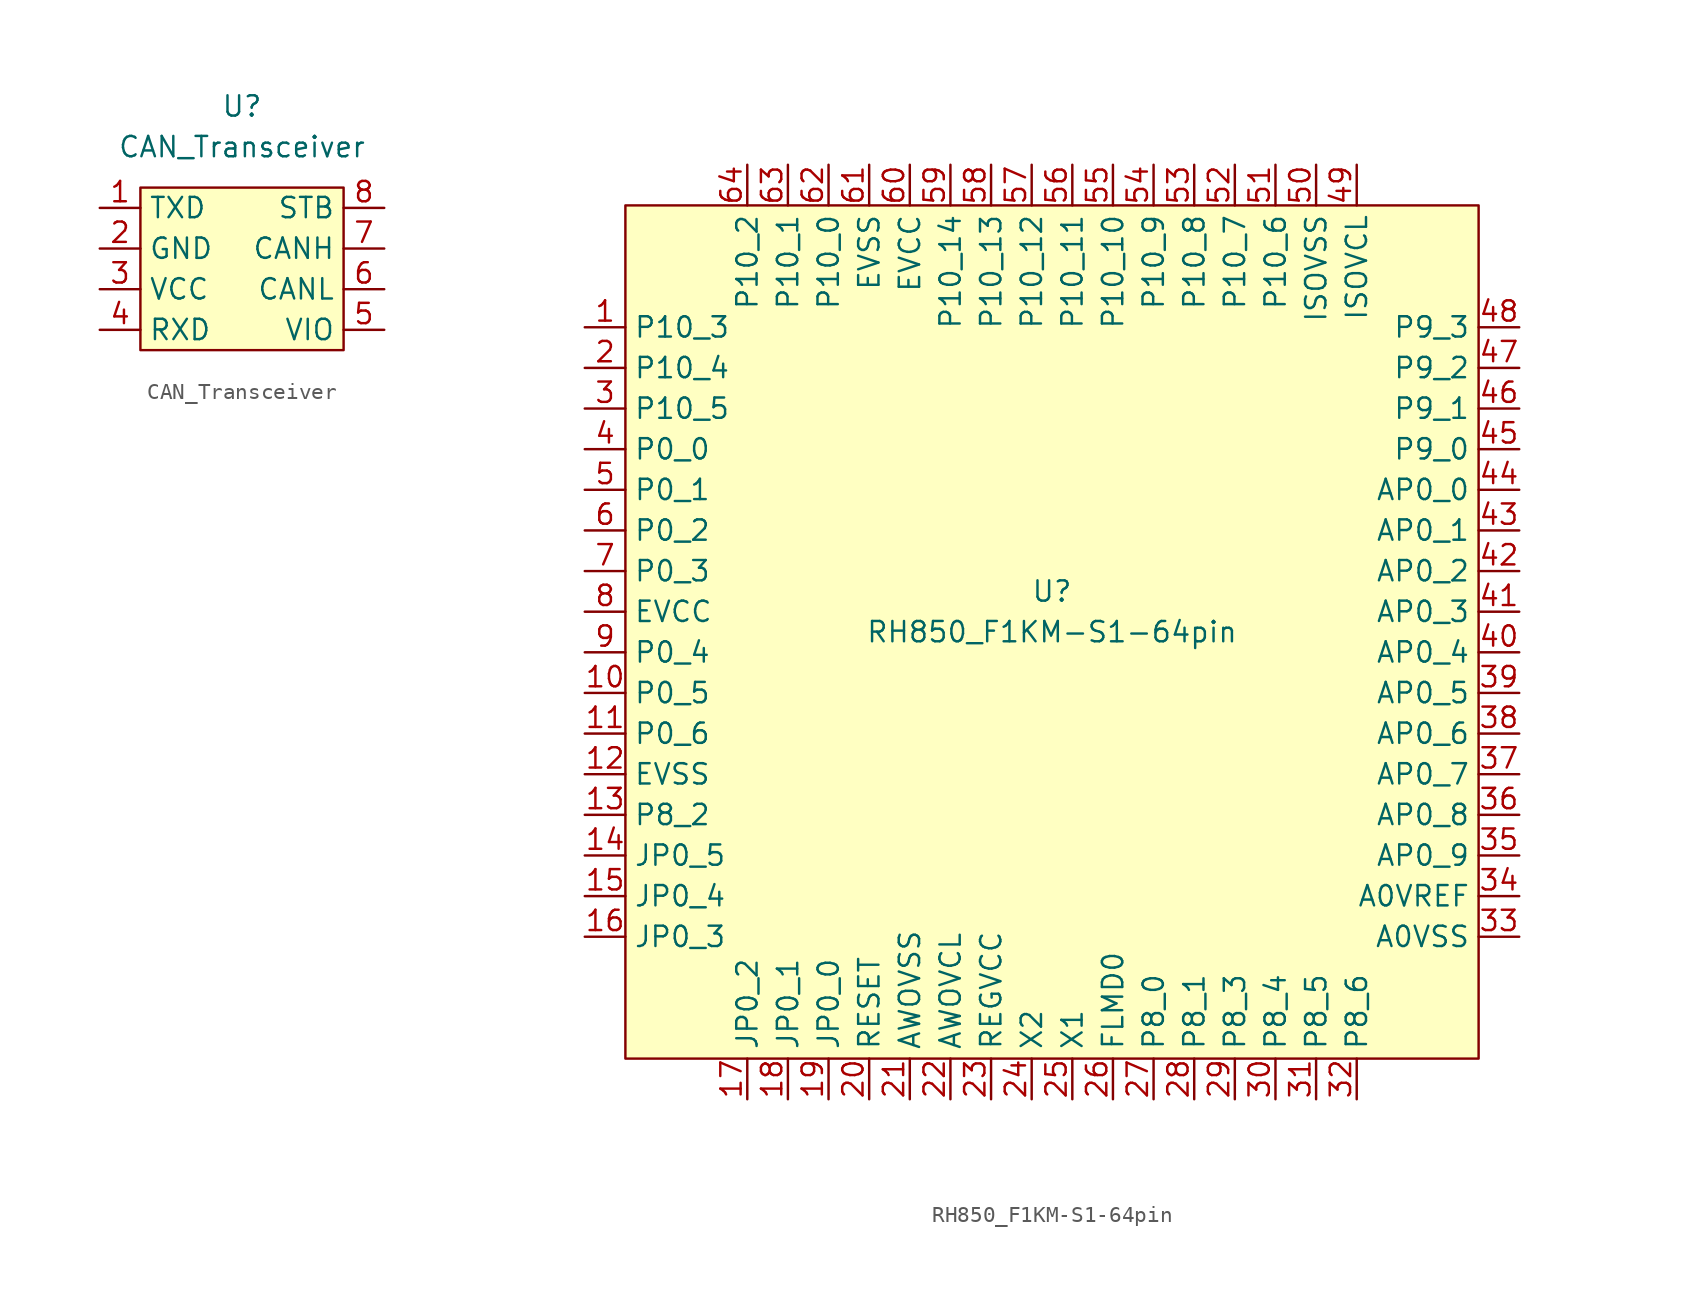
<source format=kicad_sym>
(kicad_symbol_lib
  (version 20220914)
  (generator kicad_symbol_editor)
  (symbol "CAN_Transceiver"
    (property "Reference" "U"
      (at 0 10.16 0)
      (effects (font (size 1.27 1.27))))
    (property "Value" "CAN_Transceiver"
      (at 0 7.62 0)
      (effects (font (size 1.27 1.27))))
    (symbol "CAN_Transceiver_0_0"
      (pin passive line (at -8.89 3.81 0) (length 2.54) (name "TXD" (effects (font (size 1.27 1.27)))) (number "1" (effects (font (size 1.27 1.27)))))
      (pin passive line (at -8.89 1.27 0) (length 2.54) (name "GND" (effects (font (size 1.27 1.27)))) (number "2" (effects (font (size 1.27 1.27)))))
      (pin passive line (at -8.89 -1.27 0) (length 2.54) (name "VCC" (effects (font (size 1.27 1.27)))) (number "3" (effects (font (size 1.27 1.27)))))
      (pin passive line (at -8.89 -3.81 0) (length 2.54) (name "RXD" (effects (font (size 1.27 1.27)))) (number "4" (effects (font (size 1.27 1.27)))))
      (pin passive line (at 8.89 -3.81 180) (length 2.54) (name "VIO" (effects (font (size 1.27 1.27)))) (number "5" (effects (font (size 1.27 1.27)))))
      (pin passive line (at 8.89 -1.27 180) (length 2.54) (name "CANL" (effects (font (size 1.27 1.27)))) (number "6" (effects (font (size 1.27 1.27)))))
      (pin passive line (at 8.89 1.27 180) (length 2.54) (name "CANH" (effects (font (size 1.27 1.27)))) (number "7" (effects (font (size 1.27 1.27)))))
      (pin passive line (at 8.89 3.81 180) (length 2.54) (name "STB" (effects (font (size 1.27 1.27)))) (number "8" (effects (font (size 1.27 1.27))))))
    (symbol "CAN_Transceiver_1_1"
      (rectangle (start -6.35 5.08) (end 6.35 -5.08) (stroke (width 0) (type default)) (fill (type background)))))
  (symbol "RH850_F1KM-S1-64pin"
    (property "Reference" "U"
      (at 0 2.54 0)
      (effects (font (size 1.27 1.27))))
    (property "Value" "RH850_F1KM-S1-64pin"
      (at 0 0 0)
      (effects (font (size 1.27 1.27))))
    (symbol "RH850_F1KM-S1-64pin_0_0"
      (pin passive line (at -29.21 19.05 0) (length 2.54) (name "P10_3" (effects (font (size 1.27 1.27)))) (number "1" (effects (font (size 1.27 1.27)))))
      (pin passive line (at -29.21 -3.81 0) (length 2.54) (name "P0_5" (effects (font (size 1.27 1.27)))) (number "10" (effects (font (size 1.27 1.27)))))
      (pin passive line (at -29.21 -6.35 0) (length 2.54) (name "P0_6" (effects (font (size 1.27 1.27)))) (number "11" (effects (font (size 1.27 1.27)))))
      (pin passive line (at -29.21 -8.89 0) (length 2.54) (name "EVSS" (effects (font (size 1.27 1.27)))) (number "12" (effects (font (size 1.27 1.27)))))
      (pin passive line (at -29.21 -11.43 0) (length 2.54) (name "P8_2" (effects (font (size 1.27 1.27)))) (number "13" (effects (font (size 1.27 1.27)))))
      (pin passive line (at -29.21 -13.97 0) (length 2.54) (name "JP0_5" (effects (font (size 1.27 1.27)))) (number "14" (effects (font (size 1.27 1.27)))))
      (pin passive line (at -29.21 -16.51 0) (length 2.54) (name "JP0_4" (effects (font (size 1.27 1.27)))) (number "15" (effects (font (size 1.27 1.27)))))
      (pin passive line (at -29.21 -19.05 0) (length 2.54) (name "JP0_3" (effects (font (size 1.27 1.27)))) (number "16" (effects (font (size 1.27 1.27)))))
      (pin passive line (at -19.05 -29.21 90) (length 2.54) (name "JP0_2" (effects (font (size 1.27 1.27)))) (number "17" (effects (font (size 1.27 1.27)))))
      (pin passive line (at -16.51 -29.21 90) (length 2.54) (name "JP0_1" (effects (font (size 1.27 1.27)))) (number "18" (effects (font (size 1.27 1.27)))))
      (pin passive line (at -13.97 -29.21 90) (length 2.54) (name "JP0_0" (effects (font (size 1.27 1.27)))) (number "19" (effects (font (size 1.27 1.27)))))
      (pin passive line (at -29.21 16.51 0) (length 2.54) (name "P10_4" (effects (font (size 1.27 1.27)))) (number "2" (effects (font (size 1.27 1.27)))))
      (pin passive line (at -11.43 -29.21 90) (length 2.54) (name "RESET" (effects (font (size 1.27 1.27)))) (number "20" (effects (font (size 1.27 1.27)))))
      (pin passive line (at -8.89 -29.21 90) (length 2.54) (name "AWOVSS" (effects (font (size 1.27 1.27)))) (number "21" (effects (font (size 1.27 1.27)))))
      (pin passive line (at -6.35 -29.21 90) (length 2.54) (name "AWOVCL" (effects (font (size 1.27 1.27)))) (number "22" (effects (font (size 1.27 1.27)))))
      (pin passive line (at -3.81 -29.21 90) (length 2.54) (name "REGVCC" (effects (font (size 1.27 1.27)))) (number "23" (effects (font (size 1.27 1.27)))))
      (pin passive line (at -1.27 -29.21 90) (length 2.54) (name "X2" (effects (font (size 1.27 1.27)))) (number "24" (effects (font (size 1.27 1.27)))))
      (pin passive line (at 1.27 -29.21 90) (length 2.54) (name "X1" (effects (font (size 1.27 1.27)))) (number "25" (effects (font (size 1.27 1.27)))))
      (pin passive line (at 3.81 -29.21 90) (length 2.54) (name "FLMD0" (effects (font (size 1.27 1.27)))) (number "26" (effects (font (size 1.27 1.27)))))
      (pin passive line (at 6.35 -29.21 90) (length 2.54) (name "P8_0" (effects (font (size 1.27 1.27)))) (number "27" (effects (font (size 1.27 1.27)))))
      (pin passive line (at 8.89 -29.21 90) (length 2.54) (name "P8_1" (effects (font (size 1.27 1.27)))) (number "28" (effects (font (size 1.27 1.27)))))
      (pin passive line (at 11.43 -29.21 90) (length 2.54) (name "P8_3" (effects (font (size 1.27 1.27)))) (number "29" (effects (font (size 1.27 1.27)))))
      (pin passive line (at -29.21 13.97 0) (length 2.54) (name "P10_5" (effects (font (size 1.27 1.27)))) (number "3" (effects (font (size 1.27 1.27)))))
      (pin passive line (at 13.97 -29.21 90) (length 2.54) (name "P8_4" (effects (font (size 1.27 1.27)))) (number "30" (effects (font (size 1.27 1.27)))))
      (pin passive line (at 16.51 -29.21 90) (length 2.54) (name "P8_5" (effects (font (size 1.27 1.27)))) (number "31" (effects (font (size 1.27 1.27)))))
      (pin passive line (at 19.05 -29.21 90) (length 2.54) (name "P8_6" (effects (font (size 1.27 1.27)))) (number "32" (effects (font (size 1.27 1.27)))))
      (pin passive line (at 29.21 -19.05 180) (length 2.54) (name "A0VSS" (effects (font (size 1.27 1.27)))) (number "33" (effects (font (size 1.27 1.27)))))
      (pin passive line (at 29.21 -16.51 180) (length 2.54) (name "A0VREF" (effects (font (size 1.27 1.27)))) (number "34" (effects (font (size 1.27 1.27)))))
      (pin passive line (at 29.21 -13.97 180) (length 2.54) (name "AP0_9" (effects (font (size 1.27 1.27)))) (number "35" (effects (font (size 1.27 1.27)))))
      (pin passive line (at 29.21 -11.43 180) (length 2.54) (name "AP0_8" (effects (font (size 1.27 1.27)))) (number "36" (effects (font (size 1.27 1.27)))))
      (pin passive line (at 29.21 -8.89 180) (length 2.54) (name "AP0_7" (effects (font (size 1.27 1.27)))) (number "37" (effects (font (size 1.27 1.27)))))
      (pin passive line (at 29.21 -6.35 180) (length 2.54) (name "AP0_6" (effects (font (size 1.27 1.27)))) (number "38" (effects (font (size 1.27 1.27)))))
      (pin passive line (at 29.21 -3.81 180) (length 2.54) (name "AP0_5" (effects (font (size 1.27 1.27)))) (number "39" (effects (font (size 1.27 1.27)))))
      (pin passive line (at -29.21 11.43 0) (length 2.54) (name "P0_0" (effects (font (size 1.27 1.27)))) (number "4" (effects (font (size 1.27 1.27)))))
      (pin passive line (at 29.21 -1.27 180) (length 2.54) (name "AP0_4" (effects (font (size 1.27 1.27)))) (number "40" (effects (font (size 1.27 1.27)))))
      (pin passive line (at 29.21 1.27 180) (length 2.54) (name "AP0_3" (effects (font (size 1.27 1.27)))) (number "41" (effects (font (size 1.27 1.27)))))
      (pin passive line (at 29.21 3.81 180) (length 2.54) (name "AP0_2" (effects (font (size 1.27 1.27)))) (number "42" (effects (font (size 1.27 1.27)))))
      (pin passive line (at 29.21 6.35 180) (length 2.54) (name "AP0_1" (effects (font (size 1.27 1.27)))) (number "43" (effects (font (size 1.27 1.27)))))
      (pin passive line (at 29.21 8.89 180) (length 2.54) (name "AP0_0" (effects (font (size 1.27 1.27)))) (number "44" (effects (font (size 1.27 1.27)))))
      (pin passive line (at 29.21 11.43 180) (length 2.54) (name "P9_0" (effects (font (size 1.27 1.27)))) (number "45" (effects (font (size 1.27 1.27)))))
      (pin passive line (at 29.21 13.97 180) (length 2.54) (name "P9_1" (effects (font (size 1.27 1.27)))) (number "46" (effects (font (size 1.27 1.27)))))
      (pin passive line (at 29.21 16.51 180) (length 2.54) (name "P9_2" (effects (font (size 1.27 1.27)))) (number "47" (effects (font (size 1.27 1.27)))))
      (pin passive line (at 29.21 19.05 180) (length 2.54) (name "P9_3" (effects (font (size 1.27 1.27)))) (number "48" (effects (font (size 1.27 1.27)))))
      (pin passive line (at 19.05 29.21 270) (length 2.54) (name "ISOVCL" (effects (font (size 1.27 1.27)))) (number "49" (effects (font (size 1.27 1.27)))))
      (pin passive line (at -29.21 8.89 0) (length 2.54) (name "P0_1" (effects (font (size 1.27 1.27)))) (number "5" (effects (font (size 1.27 1.27)))))
      (pin passive line (at 16.51 29.21 270) (length 2.54) (name "ISOVSS" (effects (font (size 1.27 1.27)))) (number "50" (effects (font (size 1.27 1.27)))))
      (pin passive line (at 13.97 29.21 270) (length 2.54) (name "P10_6" (effects (font (size 1.27 1.27)))) (number "51" (effects (font (size 1.27 1.27)))))
      (pin passive line (at 11.43 29.21 270) (length 2.54) (name "P10_7" (effects (font (size 1.27 1.27)))) (number "52" (effects (font (size 1.27 1.27)))))
      (pin passive line (at 8.89 29.21 270) (length 2.54) (name "P10_8" (effects (font (size 1.27 1.27)))) (number "53" (effects (font (size 1.27 1.27)))))
      (pin passive line (at 6.35 29.21 270) (length 2.54) (name "P10_9" (effects (font (size 1.27 1.27)))) (number "54" (effects (font (size 1.27 1.27)))))
      (pin passive line (at 3.81 29.21 270) (length 2.54) (name "P10_10" (effects (font (size 1.27 1.27)))) (number "55" (effects (font (size 1.27 1.27)))))
      (pin passive line (at 1.27 29.21 270) (length 2.54) (name "P10_11" (effects (font (size 1.27 1.27)))) (number "56" (effects (font (size 1.27 1.27)))))
      (pin passive line (at -1.27 29.21 270) (length 2.54) (name "P10_12" (effects (font (size 1.27 1.27)))) (number "57" (effects (font (size 1.27 1.27)))))
      (pin passive line (at -3.81 29.21 270) (length 2.54) (name "P10_13" (effects (font (size 1.27 1.27)))) (number "58" (effects (font (size 1.27 1.27)))))
      (pin passive line (at -6.35 29.21 270) (length 2.54) (name "P10_14" (effects (font (size 1.27 1.27)))) (number "59" (effects (font (size 1.27 1.27)))))
      (pin passive line (at -29.21 6.35 0) (length 2.54) (name "P0_2" (effects (font (size 1.27 1.27)))) (number "6" (effects (font (size 1.27 1.27)))))
      (pin passive line (at -8.89 29.21 270) (length 2.54) (name "EVCC" (effects (font (size 1.27 1.27)))) (number "60" (effects (font (size 1.27 1.27)))))
      (pin passive line (at -11.43 29.21 270) (length 2.54) (name "EVSS" (effects (font (size 1.27 1.27)))) (number "61" (effects (font (size 1.27 1.27)))))
      (pin passive line (at -13.97 29.21 270) (length 2.54) (name "P10_0" (effects (font (size 1.27 1.27)))) (number "62" (effects (font (size 1.27 1.27)))))
      (pin passive line (at -16.51 29.21 270) (length 2.54) (name "P10_1" (effects (font (size 1.27 1.27)))) (number "63" (effects (font (size 1.27 1.27)))))
      (pin passive line (at -19.05 29.21 270) (length 2.54) (name "P10_2" (effects (font (size 1.27 1.27)))) (number "64" (effects (font (size 1.27 1.27)))))
      (pin passive line (at -29.21 3.81 0) (length 2.54) (name "P0_3" (effects (font (size 1.27 1.27)))) (number "7" (effects (font (size 1.27 1.27)))))
      (pin passive line (at -29.21 1.27 0) (length 2.54) (name "EVCC" (effects (font (size 1.27 1.27)))) (number "8" (effects (font (size 1.27 1.27)))))
      (pin passive line (at -29.21 -1.27 0) (length 2.54) (name "P0_4" (effects (font (size 1.27 1.27)))) (number "9" (effects (font (size 1.27 1.27))))))
    (symbol "RH850_F1KM-S1-64pin_1_1"
      (rectangle (start -26.67 26.67) (end 26.67 -26.67) (stroke (width 0) (type default)) (fill (type background))))))
</source>
